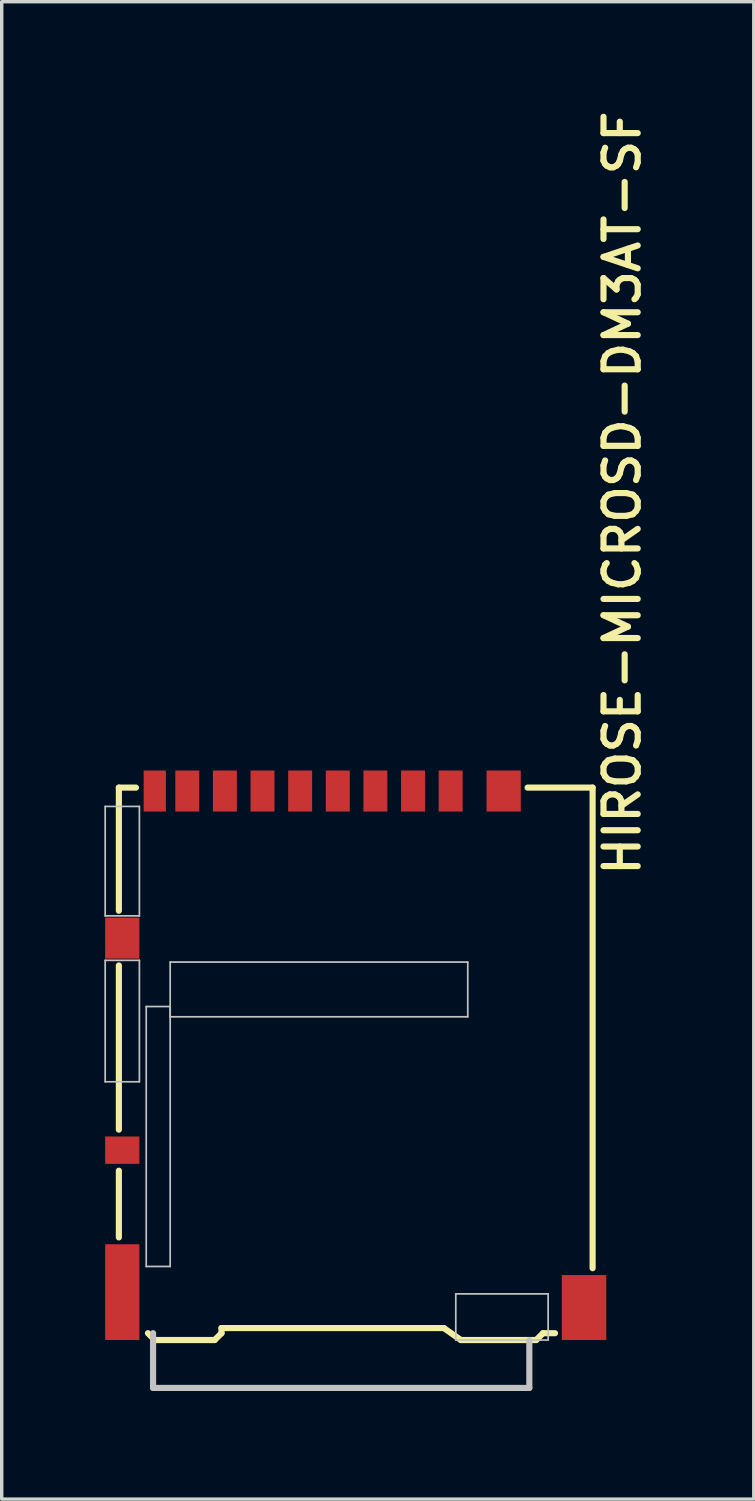
<source format=kicad_pcb>
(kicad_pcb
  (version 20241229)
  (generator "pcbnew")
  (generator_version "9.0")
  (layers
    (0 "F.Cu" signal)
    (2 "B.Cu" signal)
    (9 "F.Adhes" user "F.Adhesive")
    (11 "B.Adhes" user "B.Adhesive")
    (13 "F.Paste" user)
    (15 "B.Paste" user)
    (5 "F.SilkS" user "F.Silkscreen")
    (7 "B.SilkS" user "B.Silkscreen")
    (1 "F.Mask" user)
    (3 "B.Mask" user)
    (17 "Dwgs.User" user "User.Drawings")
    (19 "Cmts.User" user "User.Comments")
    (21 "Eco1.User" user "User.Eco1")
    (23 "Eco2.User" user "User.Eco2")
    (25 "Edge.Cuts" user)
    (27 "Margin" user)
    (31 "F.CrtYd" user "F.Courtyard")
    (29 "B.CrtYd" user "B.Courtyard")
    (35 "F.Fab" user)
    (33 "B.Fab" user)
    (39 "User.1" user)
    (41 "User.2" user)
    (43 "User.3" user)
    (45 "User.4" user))
  (footprint "HIROSE-MICROSD-DM3AT-SF"
    (layer "F.Cu")
    (at 6.925 37.526)
    (property "Reference" "HIROSE-MICROSD-DM3AT-SF" (at 8.8 -14.9 90) (layer "F.SilkS") (effects (font (size 1 1) (thickness 0.18)) (justify left bottom)))
    (attr through_hole)
    (fp_line (start -6.5 -17.55) (end -6 -17.55) (stroke (width 0.18) (type solid)) (layer "F.SilkS"))
    (fp_line (start -6.5 -13.95) (end -6.5 -17.55) (stroke (width 0.18) (type solid)) (layer "F.SilkS"))
    (fp_line (start -6.5 -7.55) (end -6.5 -12.35) (stroke (width 0.18) (type solid)) (layer "F.SilkS"))
    (fp_line (start -6.5 -4.4) (end -6.5 -6.35) (stroke (width 0.18) (type solid)) (layer "F.SilkS"))
    (fp_line (start -5.65 -1.6) (end -5.45 -1.4) (stroke (width 0.18) (type solid)) (layer "F.SilkS"))
    (fp_line (start -3.7 -1.4) (end -5.45 -1.4) (stroke (width 0.18) (type solid)) (layer "F.SilkS"))
    (fp_line (start -3.7 -1.4) (end -3.5 -1.6) (stroke (width 0.18) (type solid)) (layer "F.SilkS"))
    (fp_line (start -3.5 -1.75) (end 3 -1.75) (stroke (width 0.18) (type solid)) (layer "F.SilkS"))
    (fp_line (start -3.5 -1.6) (end -3.5 -1.75) (stroke (width 0.18) (type solid)) (layer "F.SilkS"))
    (fp_line (start 3 -1.75) (end 3.5 -1.4) (stroke (width 0.18) (type solid)) (layer "F.SilkS"))
    (fp_line (start 3.5 -1.4) (end 5.7 -1.4) (stroke (width 0.18) (type solid)) (layer "F.SilkS"))
    (fp_line (start 5.9 -1.6) (end 5.7 -1.4) (stroke (width 0.18) (type solid)) (layer "F.SilkS"))
    (fp_line (start 5.9 -1.6) (end 6.25 -1.6) (stroke (width 0.18) (type solid)) (layer "F.SilkS"))
    (fp_line (start 7.35 -17.55) (end 5.45 -17.55) (stroke (width 0.18) (type solid)) (layer "F.SilkS"))
    (fp_line (start 7.35 -3.5) (end 7.35 -17.55) (stroke (width 0.18) (type solid)) (layer "F.SilkS"))
    (fp_line (start -6.9 -17) (end -5.9 -17) (stroke (width 0.05) (type solid)) (layer "Dwgs.User"))
    (fp_line (start -6.9 -13.8) (end -6.9 -17) (stroke (width 0.05) (type solid)) (layer "Dwgs.User"))
    (fp_line (start -6.9 -12.5) (end -6.9 -8.95) (stroke (width 0.05) (type solid)) (layer "Dwgs.User"))
    (fp_line (start -5.9 -17) (end -5.9 -13.8) (stroke (width 0.05) (type solid)) (layer "Dwgs.User"))
    (fp_line (start -5.9 -13.8) (end -6.9 -13.8) (stroke (width 0.05) (type solid)) (layer "Dwgs.User"))
    (fp_line (start -5.9 -12.5) (end -6.9 -12.5) (stroke (width 0.05) (type solid)) (layer "Dwgs.User"))
    (fp_line (start -5.9 -8.95) (end -6.9 -8.95) (stroke (width 0.05) (type solid)) (layer "Dwgs.User"))
    (fp_line (start -5.9 -8.95) (end -5.9 -12.5) (stroke (width 0.05) (type solid)) (layer "Dwgs.User"))
    (fp_line (start -5.7 -11.15) (end -5.7 -3.55) (stroke (width 0.05) (type solid)) (layer "Dwgs.User"))
    (fp_line (start -5.7 -3.55) (end -5 -3.55) (stroke (width 0.05) (type solid)) (layer "Dwgs.User"))
    (fp_line (start -5.5 0) (end -5.5 -1.6) (stroke (width 0.18) (type solid)) (layer "Dwgs.User"))
    (fp_line (start -5.5 0) (end 5.5 0) (stroke (width 0.18) (type solid)) (layer "Dwgs.User"))
    (fp_line (start -5 -11.15) (end -5.7 -11.15) (stroke (width 0.05) (type solid)) (layer "Dwgs.User"))
    (fp_line (start -5 -10.85) (end -5 -12.45) (stroke (width 0.05) (type solid)) (layer "Dwgs.User"))
    (fp_line (start -5 -3.55) (end -5 -11.15) (stroke (width 0.05) (type solid)) (layer "Dwgs.User"))
    (fp_line (start 3.35 -2.75) (end 3.35 -1.4) (stroke (width 0.05) (type solid)) (layer "Dwgs.User"))
    (fp_line (start 3.35 -1.4) (end 6.05 -1.4) (stroke (width 0.05) (type solid)) (layer "Dwgs.User"))
    (fp_line (start 3.7 -12.45) (end -5 -12.45) (stroke (width 0.05) (type solid)) (layer "Dwgs.User"))
    (fp_line (start 3.7 -12.45) (end 3.7 -10.85) (stroke (width 0.05) (type solid)) (layer "Dwgs.User"))
    (fp_line (start 3.7 -10.85) (end -5 -10.85) (stroke (width 0.05) (type solid)) (layer "Dwgs.User"))
    (fp_line (start 5.5 0) (end 5.5 -1.4) (stroke (width 0.18) (type solid)) (layer "Dwgs.User"))
    (fp_line (start 6.05 -2.75) (end 3.35 -2.75) (stroke (width 0.05) (type solid)) (layer "Dwgs.User"))
    (fp_line (start 6.05 -1.4) (end 6.05 -2.75) (stroke (width 0.05) (type solid)) (layer "Dwgs.User"))
    (pad "1" smd rect (at 3.2 -17.45) (size 0.7 1.2) (layers "F.Cu" "F.Mask" "F.Paste"))
    (pad "2" smd rect (at 2.1 -17.45) (size 0.7 1.2) (layers "F.Cu" "F.Mask" "F.Paste"))
    (pad "3" smd rect (at 1 -17.45) (size 0.7 1.2) (layers "F.Cu" "F.Mask" "F.Paste"))
    (pad "4" smd rect (at -0.1 -17.45) (size 0.7 1.2) (layers "F.Cu" "F.Mask" "F.Paste"))
    (pad "5" smd rect (at -1.2 -17.45) (size 0.7 1.2) (layers "F.Cu" "F.Mask" "F.Paste"))
    (pad "6" smd rect (at -2.3 -17.45) (size 0.7 1.2) (layers "F.Cu" "F.Mask" "F.Paste"))
    (pad "7" smd rect (at -3.4 -17.45) (size 0.7 1.2) (layers "F.Cu" "F.Mask" "F.Paste"))
    (pad "8" smd rect (at -4.5 -17.45) (size 0.7 1.2) (layers "F.Cu" "F.Mask" "F.Paste"))
    (pad "DC" smd rect (at -6.4 -6.95) (size 1 0.8) (layers "F.Cu" "F.Mask" "F.Paste"))
    (pad "DT" smd rect (at -5.45 -17.45) (size 0.65 1.2) (layers "F.Cu" "F.Mask" "F.Paste"))
    (pad "SH" smd rect (at -6.4 -13.15) (size 1 1.2) (layers "F.Cu" "F.Mask" "F.Paste"))
    (pad "SH" smd rect (at -6.4 -2.8) (size 1 2.8) (layers "F.Cu" "F.Mask" "F.Paste"))
    (pad "SH" smd rect (at 4.75 -17.45) (size 1 1.2) (layers "F.Cu" "F.Mask" "F.Paste"))
    (pad "SH" smd rect (at 7.1 -2.35) (size 1.3 1.9) (layers "F.Cu" "F.Mask" "F.Paste")))
  (gr_rect
    (start -3 -3)
    (end 18.987 40.776)
    (stroke (width 0.1) (type default))
    (fill no)
    (layer "Edge.Cuts")))
</source>
